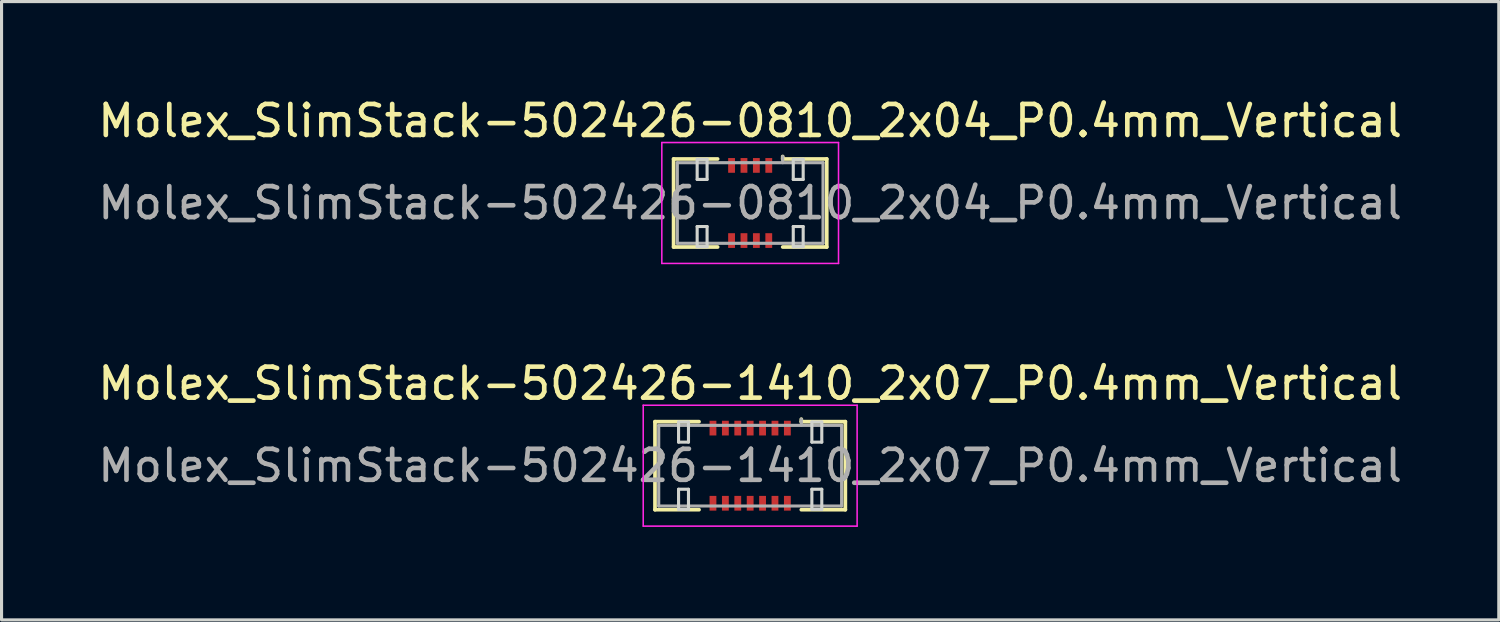
<source format=kicad_pcb>
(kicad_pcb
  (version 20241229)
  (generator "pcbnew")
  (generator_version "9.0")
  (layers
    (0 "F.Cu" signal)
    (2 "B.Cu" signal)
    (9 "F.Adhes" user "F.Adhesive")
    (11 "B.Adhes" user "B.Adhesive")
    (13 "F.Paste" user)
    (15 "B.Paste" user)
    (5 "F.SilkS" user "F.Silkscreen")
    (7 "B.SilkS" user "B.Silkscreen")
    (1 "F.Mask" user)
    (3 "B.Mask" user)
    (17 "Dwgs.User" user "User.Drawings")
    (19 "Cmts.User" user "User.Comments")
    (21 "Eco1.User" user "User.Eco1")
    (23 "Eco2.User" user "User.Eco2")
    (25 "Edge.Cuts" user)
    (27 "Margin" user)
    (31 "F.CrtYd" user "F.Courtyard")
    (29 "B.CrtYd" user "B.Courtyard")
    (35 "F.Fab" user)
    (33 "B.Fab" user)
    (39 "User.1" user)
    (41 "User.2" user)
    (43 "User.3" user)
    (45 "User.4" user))
  (footprint "Molex_SlimStack-502426-0810_2x04_P0.4mm_Vertical"
    (layer "F.Cu")
    (at 21.149 3.498)
    (property "Reference" "Molex_SlimStack-502426-0810_2x04_P0.4mm_Vertical" (at 0 -2.65 0) (layer "F.SilkS") (effects (font (size 1 1) (thickness 0.15))))
    (attr smd)
    (fp_line (start -2.47 -1.42) (end -1.05 -1.42) (stroke (width 0.12) (type solid)) (layer "F.SilkS"))
    (fp_line (start -2.47 1.42) (end -2.47 -1.42) (stroke (width 0.12) (type solid)) (layer "F.SilkS"))
    (fp_line (start -1.05 1.42) (end -2.47 1.42) (stroke (width 0.12) (type solid)) (layer "F.SilkS"))
    (fp_line (start 1.05 -1.42) (end 1.05 -1.5) (stroke (width 0.12) (type solid)) (layer "F.SilkS"))
    (fp_line (start 1.05 1.42) (end 2.47 1.42) (stroke (width 0.12) (type solid)) (layer "F.SilkS"))
    (fp_line (start 2.47 -1.42) (end 1.05 -1.42) (stroke (width 0.12) (type solid)) (layer "F.SilkS"))
    (fp_line (start 2.47 1.42) (end 2.47 -1.42) (stroke (width 0.12) (type solid)) (layer "F.SilkS"))
    (fp_line (start -1.71 -1.41) (end -1.71 -0.76) (stroke (width 0.1) (type solid)) (layer "Edge.Cuts"))
    (fp_line (start -1.71 -0.76) (end -1.39 -0.76) (stroke (width 0.1) (type solid)) (layer "Edge.Cuts"))
    (fp_line (start -1.71 0.76) (end -1.71 1.41) (stroke (width 0.1) (type solid)) (layer "Edge.Cuts"))
    (fp_line (start -1.71 1.41) (end -1.39 1.41) (stroke (width 0.1) (type solid)) (layer "Edge.Cuts"))
    (fp_line (start -1.39 -1.41) (end -1.71 -1.41) (stroke (width 0.1) (type solid)) (layer "Edge.Cuts"))
    (fp_line (start -1.39 -0.76) (end -1.39 -1.41) (stroke (width 0.1) (type solid)) (layer "Edge.Cuts"))
    (fp_line (start -1.39 0.76) (end -1.71 0.76) (stroke (width 0.1) (type solid)) (layer "Edge.Cuts"))
    (fp_line (start -1.39 1.41) (end -1.39 0.76) (stroke (width 0.1) (type solid)) (layer "Edge.Cuts"))
    (fp_line (start 1.39 -1.41) (end 1.39 -0.76) (stroke (width 0.1) (type solid)) (layer "Edge.Cuts"))
    (fp_line (start 1.39 -0.76) (end 1.71 -0.76) (stroke (width 0.1) (type solid)) (layer "Edge.Cuts"))
    (fp_line (start 1.39 0.76) (end 1.39 1.41) (stroke (width 0.1) (type solid)) (layer "Edge.Cuts"))
    (fp_line (start 1.39 1.41) (end 1.71 1.41) (stroke (width 0.1) (type solid)) (layer "Edge.Cuts"))
    (fp_line (start 1.71 -1.41) (end 1.39 -1.41) (stroke (width 0.1) (type solid)) (layer "Edge.Cuts"))
    (fp_line (start 1.71 -0.76) (end 1.71 -1.41) (stroke (width 0.1) (type solid)) (layer "Edge.Cuts"))
    (fp_line (start 1.71 0.76) (end 1.39 0.76) (stroke (width 0.1) (type solid)) (layer "Edge.Cuts"))
    (fp_line (start 1.71 1.41) (end 1.71 0.76) (stroke (width 0.1) (type solid)) (layer "Edge.Cuts"))
    (fp_line (start -2.85 -1.95) (end -2.85 1.95) (stroke (width 0.05) (type solid)) (layer "F.CrtYd"))
    (fp_line (start -2.85 1.95) (end 2.85 1.95) (stroke (width 0.05) (type solid)) (layer "F.CrtYd"))
    (fp_line (start 2.85 -1.95) (end -2.85 -1.95) (stroke (width 0.05) (type solid)) (layer "F.CrtYd"))
    (fp_line (start 2.85 1.95) (end 2.85 -1.95) (stroke (width 0.05) (type solid)) (layer "F.CrtYd"))
    (fp_line (start -2.35 -1.3) (end -2.35 1.3) (stroke (width 0.1) (type solid)) (layer "F.Fab"))
    (fp_line (start -2.35 1.3) (end 2.35 1.3) (stroke (width 0.1) (type solid)) (layer "F.Fab"))
    (fp_line (start 1.05 -1.3) (end 1.05 -1.5) (stroke (width 0.1) (type solid)) (layer "F.Fab"))
    (fp_line (start 2.35 -1.3) (end -2.35 -1.3) (stroke (width 0.1) (type solid)) (layer "F.Fab"))
    (fp_line (start 2.35 1.3) (end 2.35 -1.3) (stroke (width 0.1) (type solid)) (layer "F.Fab"))
    (fp_text user "${REFERENCE}" (at 0 0 0) (layer "F.Fab") (effects (font (size 1 1) (thickness 0.15))))
    (pad "1" smd rect (at 0.6 -1.212) (size 0.22 0.475) (layers "F.Cu" "F.Mask" "F.Paste"))
    (pad "2" smd rect (at 0.6 1.212) (size 0.22 0.475) (layers "F.Cu" "F.Mask" "F.Paste"))
    (pad "3" smd rect (at 0.2 -1.212) (size 0.22 0.475) (layers "F.Cu" "F.Mask" "F.Paste"))
    (pad "4" smd rect (at 0.2 1.212) (size 0.22 0.475) (layers "F.Cu" "F.Mask" "F.Paste"))
    (pad "5" smd rect (at -0.2 -1.212) (size 0.22 0.475) (layers "F.Cu" "F.Mask" "F.Paste"))
    (pad "6" smd rect (at -0.2 1.212) (size 0.22 0.475) (layers "F.Cu" "F.Mask" "F.Paste"))
    (pad "7" smd rect (at -0.6 -1.212) (size 0.22 0.475) (layers "F.Cu" "F.Mask" "F.Paste"))
    (pad "8" smd rect (at -0.6 1.212) (size 0.22 0.475) (layers "F.Cu" "F.Mask" "F.Paste")))
  (footprint "Molex_SlimStack-502426-1410_2x07_P0.4mm_Vertical"
    (layer "F.Cu")
    (at 21.149 11.972)
    (property "Reference" "Molex_SlimStack-502426-1410_2x07_P0.4mm_Vertical" (at 0 -2.65 0) (layer "F.SilkS") (effects (font (size 1 1) (thickness 0.15))))
    (attr smd)
    (fp_line (start -3.07 -1.42) (end -1.65 -1.42) (stroke (width 0.12) (type solid)) (layer "F.SilkS"))
    (fp_line (start -3.07 1.42) (end -3.07 -1.42) (stroke (width 0.12) (type solid)) (layer "F.SilkS"))
    (fp_line (start -1.65 1.42) (end -3.07 1.42) (stroke (width 0.12) (type solid)) (layer "F.SilkS"))
    (fp_line (start 1.65 -1.42) (end 1.65 -1.5) (stroke (width 0.12) (type solid)) (layer "F.SilkS"))
    (fp_line (start 1.65 1.42) (end 3.07 1.42) (stroke (width 0.12) (type solid)) (layer "F.SilkS"))
    (fp_line (start 3.07 -1.42) (end 1.65 -1.42) (stroke (width 0.12) (type solid)) (layer "F.SilkS"))
    (fp_line (start 3.07 1.42) (end 3.07 -1.42) (stroke (width 0.12) (type solid)) (layer "F.SilkS"))
    (fp_line (start -2.31 -1.41) (end -2.31 -0.76) (stroke (width 0.1) (type solid)) (layer "Edge.Cuts"))
    (fp_line (start -2.31 -0.76) (end -1.99 -0.76) (stroke (width 0.1) (type solid)) (layer "Edge.Cuts"))
    (fp_line (start -2.31 0.76) (end -2.31 1.41) (stroke (width 0.1) (type solid)) (layer "Edge.Cuts"))
    (fp_line (start -2.31 1.41) (end -1.99 1.41) (stroke (width 0.1) (type solid)) (layer "Edge.Cuts"))
    (fp_line (start -1.99 -1.41) (end -2.31 -1.41) (stroke (width 0.1) (type solid)) (layer "Edge.Cuts"))
    (fp_line (start -1.99 -0.76) (end -1.99 -1.41) (stroke (width 0.1) (type solid)) (layer "Edge.Cuts"))
    (fp_line (start -1.99 0.76) (end -2.31 0.76) (stroke (width 0.1) (type solid)) (layer "Edge.Cuts"))
    (fp_line (start -1.99 1.41) (end -1.99 0.76) (stroke (width 0.1) (type solid)) (layer "Edge.Cuts"))
    (fp_line (start 1.99 -1.41) (end 1.99 -0.76) (stroke (width 0.1) (type solid)) (layer "Edge.Cuts"))
    (fp_line (start 1.99 -0.76) (end 2.31 -0.76) (stroke (width 0.1) (type solid)) (layer "Edge.Cuts"))
    (fp_line (start 1.99 0.76) (end 1.99 1.41) (stroke (width 0.1) (type solid)) (layer "Edge.Cuts"))
    (fp_line (start 1.99 1.41) (end 2.31 1.41) (stroke (width 0.1) (type solid)) (layer "Edge.Cuts"))
    (fp_line (start 2.31 -1.41) (end 1.99 -1.41) (stroke (width 0.1) (type solid)) (layer "Edge.Cuts"))
    (fp_line (start 2.31 -0.76) (end 2.31 -1.41) (stroke (width 0.1) (type solid)) (layer "Edge.Cuts"))
    (fp_line (start 2.31 0.76) (end 1.99 0.76) (stroke (width 0.1) (type solid)) (layer "Edge.Cuts"))
    (fp_line (start 2.31 1.41) (end 2.31 0.76) (stroke (width 0.1) (type solid)) (layer "Edge.Cuts"))
    (fp_line (start -3.45 -1.95) (end -3.45 1.95) (stroke (width 0.05) (type solid)) (layer "F.CrtYd"))
    (fp_line (start -3.45 1.95) (end 3.45 1.95) (stroke (width 0.05) (type solid)) (layer "F.CrtYd"))
    (fp_line (start 3.45 -1.95) (end -3.45 -1.95) (stroke (width 0.05) (type solid)) (layer "F.CrtYd"))
    (fp_line (start 3.45 1.95) (end 3.45 -1.95) (stroke (width 0.05) (type solid)) (layer "F.CrtYd"))
    (fp_line (start -2.95 -1.3) (end -2.95 1.3) (stroke (width 0.1) (type solid)) (layer "F.Fab"))
    (fp_line (start -2.95 1.3) (end 2.95 1.3) (stroke (width 0.1) (type solid)) (layer "F.Fab"))
    (fp_line (start 1.65 -1.3) (end 1.65 -1.5) (stroke (width 0.1) (type solid)) (layer "F.Fab"))
    (fp_line (start 2.95 -1.3) (end -2.95 -1.3) (stroke (width 0.1) (type solid)) (layer "F.Fab"))
    (fp_line (start 2.95 1.3) (end 2.95 -1.3) (stroke (width 0.1) (type solid)) (layer "F.Fab"))
    (fp_text user "${REFERENCE}" (at 0 0 0) (layer "F.Fab") (effects (font (size 1 1) (thickness 0.15))))
    (pad "1" smd rect (at 1.2 -1.212) (size 0.22 0.475) (layers "F.Cu" "F.Mask" "F.Paste"))
    (pad "2" smd rect (at 1.2 1.212) (size 0.22 0.475) (layers "F.Cu" "F.Mask" "F.Paste"))
    (pad "3" smd rect (at 0.8 -1.212) (size 0.22 0.475) (layers "F.Cu" "F.Mask" "F.Paste"))
    (pad "4" smd rect (at 0.8 1.212) (size 0.22 0.475) (layers "F.Cu" "F.Mask" "F.Paste"))
    (pad "5" smd rect (at 0.4 -1.212) (size 0.22 0.475) (layers "F.Cu" "F.Mask" "F.Paste"))
    (pad "6" smd rect (at 0.4 1.212) (size 0.22 0.475) (layers "F.Cu" "F.Mask" "F.Paste"))
    (pad "7" smd rect (at 0 -1.212) (size 0.22 0.475) (layers "F.Cu" "F.Mask" "F.Paste"))
    (pad "8" smd rect (at 0 1.212) (size 0.22 0.475) (layers "F.Cu" "F.Mask" "F.Paste"))
    (pad "9" smd rect (at -0.4 -1.212) (size 0.22 0.475) (layers "F.Cu" "F.Mask" "F.Paste"))
    (pad "10" smd rect (at -0.4 1.212) (size 0.22 0.475) (layers "F.Cu" "F.Mask" "F.Paste"))
    (pad "11" smd rect (at -0.8 -1.212) (size 0.22 0.475) (layers "F.Cu" "F.Mask" "F.Paste"))
    (pad "12" smd rect (at -0.8 1.212) (size 0.22 0.475) (layers "F.Cu" "F.Mask" "F.Paste"))
    (pad "13" smd rect (at -1.2 -1.212) (size 0.22 0.475) (layers "F.Cu" "F.Mask" "F.Paste"))
    (pad "14" smd rect (at -1.2 1.212) (size 0.22 0.475) (layers "F.Cu" "F.Mask" "F.Paste")))
  (gr_rect
    (start -3 -3)
    (end 45.298 16.947)
    (stroke (width 0.1) (type default))
    (fill no)
    (layer "Edge.Cuts")))
</source>
